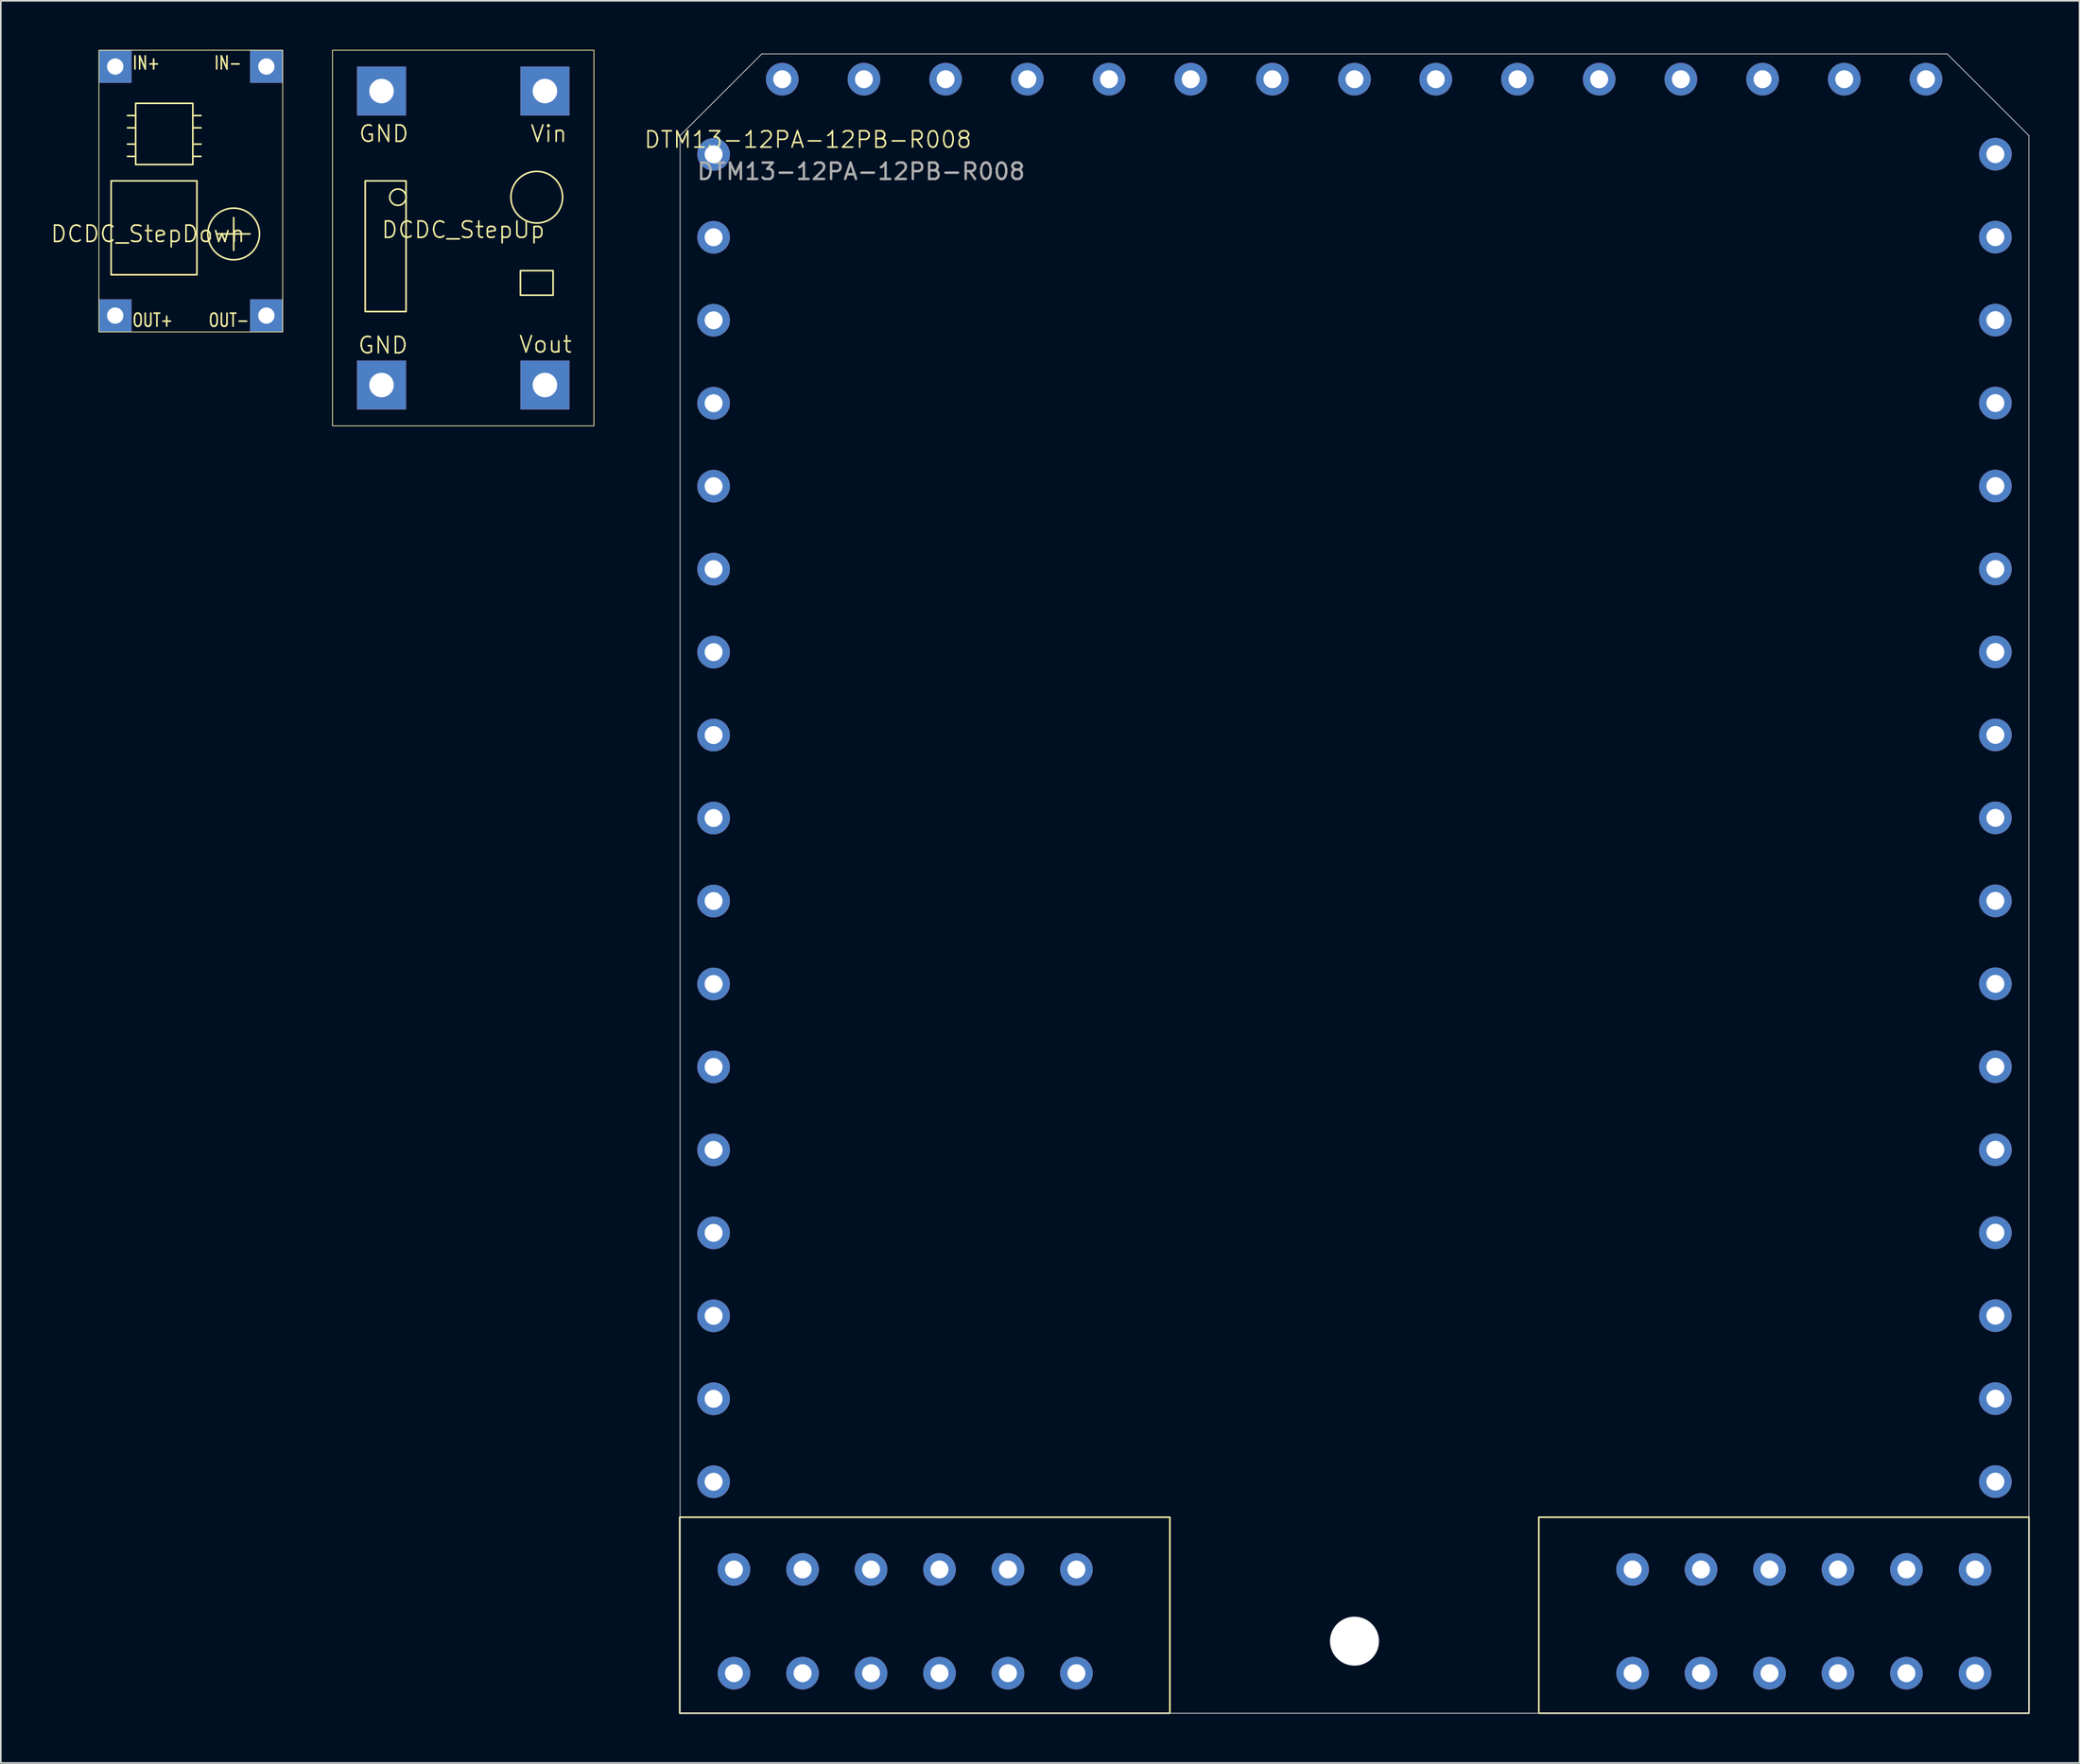
<source format=kicad_pcb>
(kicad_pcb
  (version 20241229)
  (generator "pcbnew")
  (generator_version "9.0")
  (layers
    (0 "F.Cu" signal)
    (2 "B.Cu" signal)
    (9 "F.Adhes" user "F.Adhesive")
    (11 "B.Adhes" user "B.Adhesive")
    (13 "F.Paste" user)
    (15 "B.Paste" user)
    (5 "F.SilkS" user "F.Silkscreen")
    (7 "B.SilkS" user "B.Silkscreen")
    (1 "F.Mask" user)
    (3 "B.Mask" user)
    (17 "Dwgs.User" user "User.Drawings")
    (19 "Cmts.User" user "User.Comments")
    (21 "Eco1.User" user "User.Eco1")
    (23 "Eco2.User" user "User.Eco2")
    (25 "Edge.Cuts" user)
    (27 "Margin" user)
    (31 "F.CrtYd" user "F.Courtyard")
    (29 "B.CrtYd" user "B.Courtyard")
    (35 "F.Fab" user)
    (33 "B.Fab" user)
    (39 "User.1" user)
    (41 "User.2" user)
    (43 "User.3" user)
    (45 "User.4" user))
  (footprint "DCDC_StepUp"
    (layer "F.Cu")
    (at 25.302 11.525)
    (property "Reference" "DCDC_StepUp" (at 0 -0.5 0) (unlocked yes) (layer "F.SilkS") (effects (font (size 1 1) (thickness 0.1))))
    (attr through_hole)
    (fp_rect (start -8 -11.5) (end 8 11.5) (stroke (width 0.05) (type default)) (fill no) (layer "F.SilkS"))
    (fp_rect (start -6 -3.5) (end -3.5 4.5) (stroke (width 0.1) (type default)) (fill no) (layer "F.SilkS"))
    (fp_rect (start 3.5 2) (end 5.5 3.5) (stroke (width 0.1) (type default)) (fill no) (layer "F.SilkS"))
    (fp_circle (center -4 -2.5) (end -4 -2) (stroke (width 0.1) (type default)) (fill no) (layer "F.SilkS"))
    (fp_circle (center 4.5 -2.5) (end 4 -1) (stroke (width 0.1) (type default)) (fill no) (layer "F.SilkS"))
    (fp_text user "Vin" (at 4.05 -5.8 0) (unlocked yes) (layer "F.SilkS") (effects (font (size 1 1) (thickness 0.1)) (justify left bottom)))
    (fp_text user "GND" (at -6.45 -5.8 0) (unlocked yes) (layer "F.SilkS") (effects (font (size 1 1) (thickness 0.1)) (justify left bottom)))
    (fp_text user "GND" (at -6.5 7.15 0) (unlocked yes) (layer "F.SilkS") (effects (font (size 1 1) (thickness 0.1)) (justify left bottom)))
    (fp_text user "Vout" (at 3.35 7.1 0) (unlocked yes) (layer "F.SilkS") (effects (font (size 1 1) (thickness 0.1)) (justify left bottom)))
    (pad "1" thru_hole rect (at 5 -9) (size 3 3) (drill 1.5) (layers "*.Cu" "*.Mask"))
    (pad "2" thru_hole rect (at -5 -9) (size 3 3) (drill 1.5) (layers "*.Cu" "*.Mask"))
    (pad "3" thru_hole rect (at 5 9) (size 3 3) (drill 1.5) (layers "*.Cu" "*.Mask"))
    (pad "4" thru_hole rect (at -5 9) (size 3 3) (drill 1.5) (layers "*.Cu" "*.Mask")))
  (footprint "DTM13-12PA-12PB-R008"
    (layer "F.Cu")
    (at 79.851 0.25)
    (property "Reference" "DTM13-12PA-12PB-R008" (at -33.45 5.25 0) (unlocked yes) (layer "F.SilkS") (effects (font (size 1 1) (thickness 0.1))))
    (attr through_hole)
    (fp_rect (start -6 92.6) (end 6 101.6) (stroke (width 0.1) (type solid)) (fill yes) (layer "F.Mask"))
    (fp_poly (pts (xy 37.275 89.6) (xy 37.275 3) (xy 7.5 3) (xy 7.5 15) (xy 5 15) (xy 5 3) (xy 1 3) (xy 1 10) (xy -1 10) (xy -1 3) (xy -5 3) (xy -5 15) (xy -7.5 15) (xy -7.5 3) (xy -37.275 3) (xy -37.275 89.6) (xy -41.275 89.6) (xy -41.275 5) (xy -36.275 0) (xy 36.275 0) (xy 41.275 5) (xy 41.275 89.6)) (stroke (width 0.2) (type solid)) (fill yes) (layer "F.Mask"))
    (fp_rect (start -6 92.6) (end 6 101.6) (stroke (width 0.1) (type solid)) (fill yes) (layer "B.Mask"))
    (fp_poly (pts (xy 37.275 89.6) (xy 37.275 3) (xy 7.5 3) (xy 7.5 15) (xy 5 15) (xy 5 3) (xy 1 3) (xy 1 10) (xy -1 10) (xy -1 3) (xy -5 3) (xy -5 15) (xy -7.5 15) (xy -7.5 3) (xy -37.275 3) (xy -37.275 89.6) (xy -41.275 89.6) (xy -41.275 5) (xy -36.275 0) (xy 36.275 0) (xy 41.275 5) (xy 41.275 89.6)) (stroke (width 0.2) (type solid)) (fill yes) (layer "B.Mask"))
    (fp_rect (start -41.3 89.6) (end -11.3 101.6) (stroke (width 0.1) (type default)) (fill no) (layer "F.SilkS"))
    (fp_rect (start 11.28 89.6) (end 41.28 101.6) (stroke (width 0.1) (type default)) (fill no) (layer "F.SilkS"))
    (fp_line (start -41.275 5) (end -41.275 101.6) (stroke (width 0.05) (type default)) (layer "Edge.Cuts"))
    (fp_line (start -41.275 5) (end -36.275 0) (stroke (width 0.05) (type default)) (layer "Edge.Cuts"))
    (fp_line (start -41.275 101.6) (end 41.275 101.6) (stroke (width 0.05) (type default)) (layer "Edge.Cuts"))
    (fp_line (start -36.275 0) (end 36.275 0) (stroke (width 0.05) (type default)) (layer "Edge.Cuts"))
    (fp_line (start 41.275 5) (end 36.275 0) (stroke (width 0.05) (type default)) (layer "Edge.Cuts"))
    (fp_line (start 41.275 101.6) (end 41.275 5) (stroke (width 0.05) (type default)) (layer "Edge.Cuts"))
    (fp_text user "${REFERENCE}" (at -30.2 7.2 0) (unlocked yes) (layer "F.Fab") (effects (font (size 1 1) (thickness 0.15))))
    (pad "" np_thru_hole circle (at 0 97.19) (size 3 3) (drill 3) (layers "*.Cu" "*.Mask"))
    (pad "13" thru_hole circle (at -39.225 6.15) (size 2 2) (drill 1.1) (layers "*.Cu" "*.Mask"))
    (pad "13" thru_hole circle (at -39.225 11.23) (size 2 2) (drill 1.1) (layers "*.Cu" "*.Mask"))
    (pad "13" thru_hole circle (at -39.225 16.31) (size 2 2) (drill 1.1) (layers "*.Cu" "*.Mask"))
    (pad "13" thru_hole circle (at -39.225 21.39) (size 2 2) (drill 1.1) (layers "*.Cu" "*.Mask"))
    (pad "13" thru_hole circle (at -39.225 26.47) (size 2 2) (drill 1.1) (layers "*.Cu" "*.Mask"))
    (pad "13" thru_hole circle (at -39.225 31.55) (size 2 2) (drill 1.1) (layers "*.Cu" "*.Mask"))
    (pad "13" thru_hole circle (at -39.225 36.63) (size 2 2) (drill 1.1) (layers "*.Cu" "*.Mask"))
    (pad "13" thru_hole circle (at -39.225 41.71) (size 2 2) (drill 1.1) (layers "*.Cu" "*.Mask"))
    (pad "13" thru_hole circle (at -39.225 46.79) (size 2 2) (drill 1.1) (layers "*.Cu" "*.Mask"))
    (pad "13" thru_hole circle (at -39.225 51.87) (size 2 2) (drill 1.1) (layers "*.Cu" "*.Mask"))
    (pad "13" thru_hole circle (at -39.225 56.95) (size 2 2) (drill 1.1) (layers "*.Cu" "*.Mask"))
    (pad "13" thru_hole circle (at -39.225 62.03) (size 2 2) (drill 1.1) (layers "*.Cu" "*.Mask"))
    (pad "13" thru_hole circle (at -39.225 67.11) (size 2 2) (drill 1.1) (layers "*.Cu" "*.Mask"))
    (pad "13" thru_hole circle (at -39.225 72.19) (size 2 2) (drill 1.1) (layers "*.Cu" "*.Mask"))
    (pad "13" thru_hole circle (at -39.225 77.27) (size 2 2) (drill 1.1) (layers "*.Cu" "*.Mask"))
    (pad "13" thru_hole circle (at -39.225 82.35) (size 2 2) (drill 1.1) (layers "*.Cu" "*.Mask"))
    (pad "13" thru_hole circle (at -39.225 87.43) (size 2 2) (drill 1.1) (layers "*.Cu" "*.Mask"))
    (pad "13" thru_hole circle (at -35.025 1.55 90) (size 2 2) (drill 1.1) (layers "*.Cu" "*.Mask"))
    (pad "13" thru_hole circle (at -30.025 1.55 90) (size 2 2) (drill 1.1) (layers "*.Cu" "*.Mask"))
    (pad "13" thru_hole circle (at -25.025 1.55 90) (size 2 2) (drill 1.1) (layers "*.Cu" "*.Mask"))
    (pad "13" thru_hole circle (at -20.025 1.55 90) (size 2 2) (drill 1.1) (layers "*.Cu" "*.Mask"))
    (pad "13" thru_hole circle (at -15.025 1.55 90) (size 2 2) (drill 1.1) (layers "*.Cu" "*.Mask"))
    (pad "13" thru_hole circle (at -10.025 1.55 90) (size 2 2) (drill 1.1) (layers "*.Cu" "*.Mask"))
    (pad "13" thru_hole circle (at -5.025 1.55 90) (size 2 2) (drill 1.1) (layers "*.Cu" "*.Mask"))
    (pad "13" thru_hole circle (at 0 1.55 90) (size 2 2) (drill 1.1) (layers "*.Cu" "*.Mask"))
    (pad "13" thru_hole circle (at 4.975 1.55 90) (size 2 2) (drill 1.1) (layers "*.Cu" "*.Mask"))
    (pad "13" thru_hole circle (at 9.975 1.55 90) (size 2 2) (drill 1.1) (layers "*.Cu" "*.Mask"))
    (pad "13" thru_hole circle (at 14.975 1.55 90) (size 2 2) (drill 1.1) (layers "*.Cu" "*.Mask"))
    (pad "13" thru_hole circle (at 19.975 1.55 90) (size 2 2) (drill 1.1) (layers "*.Cu" "*.Mask"))
    (pad "13" thru_hole circle (at 24.975 1.55 90) (size 2 2) (drill 1.1) (layers "*.Cu" "*.Mask"))
    (pad "13" thru_hole circle (at 29.975 1.55 90) (size 2 2) (drill 1.1) (layers "*.Cu" "*.Mask"))
    (pad "13" thru_hole circle (at 34.975 1.55 90) (size 2 2) (drill 1.1) (layers "*.Cu" "*.Mask"))
    (pad "13" thru_hole circle (at 39.225 6.14) (size 2 2) (drill 1.1) (layers "*.Cu" "*.Mask"))
    (pad "13" thru_hole circle (at 39.225 11.22) (size 2 2) (drill 1.1) (layers "*.Cu" "*.Mask"))
    (pad "13" thru_hole circle (at 39.225 16.3) (size 2 2) (drill 1.1) (layers "*.Cu" "*.Mask"))
    (pad "13" thru_hole circle (at 39.225 21.38) (size 2 2) (drill 1.1) (layers "*.Cu" "*.Mask"))
    (pad "13" thru_hole circle (at 39.225 26.46) (size 2 2) (drill 1.1) (layers "*.Cu" "*.Mask"))
    (pad "13" thru_hole circle (at 39.225 31.54) (size 2 2) (drill 1.1) (layers "*.Cu" "*.Mask"))
    (pad "13" thru_hole circle (at 39.225 36.62) (size 2 2) (drill 1.1) (layers "*.Cu" "*.Mask"))
    (pad "13" thru_hole circle (at 39.225 41.7) (size 2 2) (drill 1.1) (layers "*.Cu" "*.Mask"))
    (pad "13" thru_hole circle (at 39.225 46.78) (size 2 2) (drill 1.1) (layers "*.Cu" "*.Mask"))
    (pad "13" thru_hole circle (at 39.225 51.86) (size 2 2) (drill 1.1) (layers "*.Cu" "*.Mask"))
    (pad "13" thru_hole circle (at 39.225 56.94) (size 2 2) (drill 1.1) (layers "*.Cu" "*.Mask"))
    (pad "13" thru_hole circle (at 39.225 62.02) (size 2 2) (drill 1.1) (layers "*.Cu" "*.Mask"))
    (pad "13" thru_hole circle (at 39.225 67.1) (size 2 2) (drill 1.1) (layers "*.Cu" "*.Mask"))
    (pad "13" thru_hole circle (at 39.225 72.18) (size 2 2) (drill 1.1) (layers "*.Cu" "*.Mask"))
    (pad "13" thru_hole circle (at 39.225 77.26) (size 2 2) (drill 1.1) (layers "*.Cu" "*.Mask"))
    (pad "13" thru_hole circle (at 39.225 82.34) (size 2 2) (drill 1.1) (layers "*.Cu" "*.Mask"))
    (pad "13" thru_hole circle (at 39.225 87.42) (size 2 2) (drill 1.1) (layers "*.Cu" "*.Mask"))
    (pad "A1" thru_hole circle (at -17.02 99.15) (size 2 2) (drill 1.1) (layers "*.Cu" "*.Mask"))
    (pad "A2" thru_hole circle (at -21.21 99.15) (size 2 2) (drill 1.1) (layers "*.Cu" "*.Mask"))
    (pad "A3" thru_hole circle (at -25.4 99.15) (size 2 2) (drill 1.1) (layers "*.Cu" "*.Mask"))
    (pad "A4" thru_hole circle (at -29.59 99.15) (size 2 2) (drill 1.1) (layers "*.Cu" "*.Mask"))
    (pad "A5" thru_hole circle (at -33.78 99.15) (size 2 2) (drill 1.1) (layers "*.Cu" "*.Mask"))
    (pad "A6" thru_hole circle (at -37.98 99.15) (size 2 2) (drill 1.1) (layers "*.Cu" "*.Mask"))
    (pad "A7" thru_hole circle (at -37.98 92.8) (size 2 2) (drill 1.1) (layers "*.Cu" "*.Mask"))
    (pad "A8" thru_hole circle (at -33.78 92.8) (size 2 2) (drill 1.1) (layers "*.Cu" "*.Mask"))
    (pad "A9" thru_hole circle (at -29.59 92.8) (size 2 2) (drill 1.1) (layers "*.Cu" "*.Mask"))
    (pad "A10" thru_hole circle (at -25.4 92.8) (size 2 2) (drill 1.1) (layers "*.Cu" "*.Mask"))
    (pad "A11" thru_hole circle (at -21.21 92.8) (size 2 2) (drill 1.1) (layers "*.Cu" "*.Mask"))
    (pad "A12" thru_hole circle (at -17.02 92.8) (size 2 2) (drill 1.1) (layers "*.Cu" "*.Mask"))
    (pad "B1" thru_hole circle (at 17.02 92.8 180) (size 2 2) (drill 1.1) (layers "*.Cu" "*.Mask"))
    (pad "B2" thru_hole circle (at 21.21 92.8 180) (size 2 2) (drill 1.1) (layers "*.Cu" "*.Mask"))
    (pad "B3" thru_hole circle (at 25.4 92.8 180) (size 2 2) (drill 1.1) (layers "*.Cu" "*.Mask"))
    (pad "B4" thru_hole circle (at 29.59 92.8 180) (size 2 2) (drill 1.1) (layers "*.Cu" "*.Mask"))
    (pad "B5" thru_hole circle (at 33.78 92.8 180) (size 2 2) (drill 1.1) (layers "*.Cu" "*.Mask"))
    (pad "B6" thru_hole circle (at 37.98 92.8 180) (size 2 2) (drill 1.1) (layers "*.Cu" "*.Mask"))
    (pad "B7" thru_hole circle (at 37.98 99.15 180) (size 2 2) (drill 1.1) (layers "*.Cu" "*.Mask"))
    (pad "B8" thru_hole circle (at 33.78 99.15 180) (size 2 2) (drill 1.1) (layers "*.Cu" "*.Mask"))
    (pad "B9" thru_hole circle (at 29.59 99.15 180) (size 2 2) (drill 1.1) (layers "*.Cu" "*.Mask"))
    (pad "B10" thru_hole circle (at 25.4 99.15 180) (size 2 2) (drill 1.1) (layers "*.Cu" "*.Mask"))
    (pad "B11" thru_hole circle (at 21.21 99.15 180) (size 2 2) (drill 1.1) (layers "*.Cu" "*.Mask"))
    (pad "B12" thru_hole circle (at 17.02 99.15 180) (size 2 2) (drill 1.1) (layers "*.Cu" "*.Mask")))
  (footprint "DCDC_StepDown"
    (layer "F.Cu")
    (at 8.502 8.525)
    (property "Reference" "DCDC_StepDown" (at -2.5 2.75 0) (unlocked yes) (layer "F.SilkS") (effects (font (size 1 1) (thickness 0.1))))
    (attr through_hole)
    (fp_line (start -3.75 -3.75) (end -3.25 -3.75) (stroke (width 0.1) (type default)) (layer "F.SilkS"))
    (fp_line (start -3.75 -2.75) (end -3.25 -2.75) (stroke (width 0.1) (type default)) (layer "F.SilkS"))
    (fp_line (start -3.75 -2) (end -3.25 -2) (stroke (width 0.1) (type default)) (layer "F.SilkS"))
    (fp_line (start -3.25 -4.5) (end -3.75 -4.5) (stroke (width 0.1) (type default)) (layer "F.SilkS"))
    (fp_line (start 0.25 -4.5) (end 0.75 -4.5) (stroke (width 0.1) (type default)) (layer "F.SilkS"))
    (fp_line (start 0.25 -3.75) (end 0.75 -3.75) (stroke (width 0.1) (type default)) (layer "F.SilkS"))
    (fp_line (start 0.25 -2.75) (end 0.75 -2.75) (stroke (width 0.1) (type default)) (layer "F.SilkS"))
    (fp_line (start 0.25 -2) (end 0.75 -2) (stroke (width 0.1) (type default)) (layer "F.SilkS"))
    (fp_line (start 1.75 2.75) (end 3.75 2.75) (stroke (width 0.1) (type default)) (layer "F.SilkS"))
    (fp_line (start 2.75 1.75) (end 2.75 3.75) (stroke (width 0.1) (type default)) (layer "F.SilkS"))
    (fp_rect (start -5.5 -8.5) (end 5.75 8.75) (stroke (width 0.05) (type default)) (fill no) (layer "F.SilkS"))
    (fp_rect (start -4.75 -0.5) (end 0.5 5.25) (stroke (width 0.1) (type default)) (fill no) (layer "F.SilkS"))
    (fp_rect (start -3.25 -5.25) (end 0.25 -1.5) (stroke (width 0.1) (type default)) (fill no) (layer "F.SilkS"))
    (fp_circle (center 2.75 2.75) (end 2.25 4.25) (stroke (width 0.1) (type default)) (fill no) (layer "F.SilkS"))
    (fp_text user "OUT+" (at -3.5 8.5 0) (unlocked yes) (layer "F.SilkS") (effects (font (size 0.8 0.6) (thickness 0.1)) (justify left bottom)))
    (fp_text user "IN+" (at -3.5 -7.25 0) (unlocked yes) (layer "F.SilkS") (effects (font (size 0.8 0.6) (thickness 0.1)) (justify left bottom)))
    (fp_text user "IN-" (at 1.5 -7.25 0) (unlocked yes) (layer "F.SilkS") (effects (font (size 0.8 0.6) (thickness 0.1)) (justify left bottom)))
    (fp_text user "OUT-" (at 3.75 8.5 0) (unlocked yes) (layer "F.SilkS") (effects (font (size 0.8 0.6) (thickness 0.1)) (justify right bottom)))
    (pad "1" thru_hole rect (at -4.5 -7.5) (size 2 2) (drill 1) (layers "*.Cu" "*.Mask"))
    (pad "2" thru_hole rect (at 4.75 -7.5) (size 2 2) (drill 1) (layers "*.Cu" "*.Mask"))
    (pad "3" thru_hole rect (at -4.5 7.75) (size 2 2) (drill 1) (layers "*.Cu" "*.Mask"))
    (pad "4" thru_hole rect (at 4.75 7.75) (size 2 2) (drill 1) (layers "*.Cu" "*.Mask")))
  (gr_rect
    (start -3 -3)
    (end 124.226 104.9)
    (stroke (width 0.1) (type default))
    (fill no)
    (layer "Edge.Cuts")))
</source>
